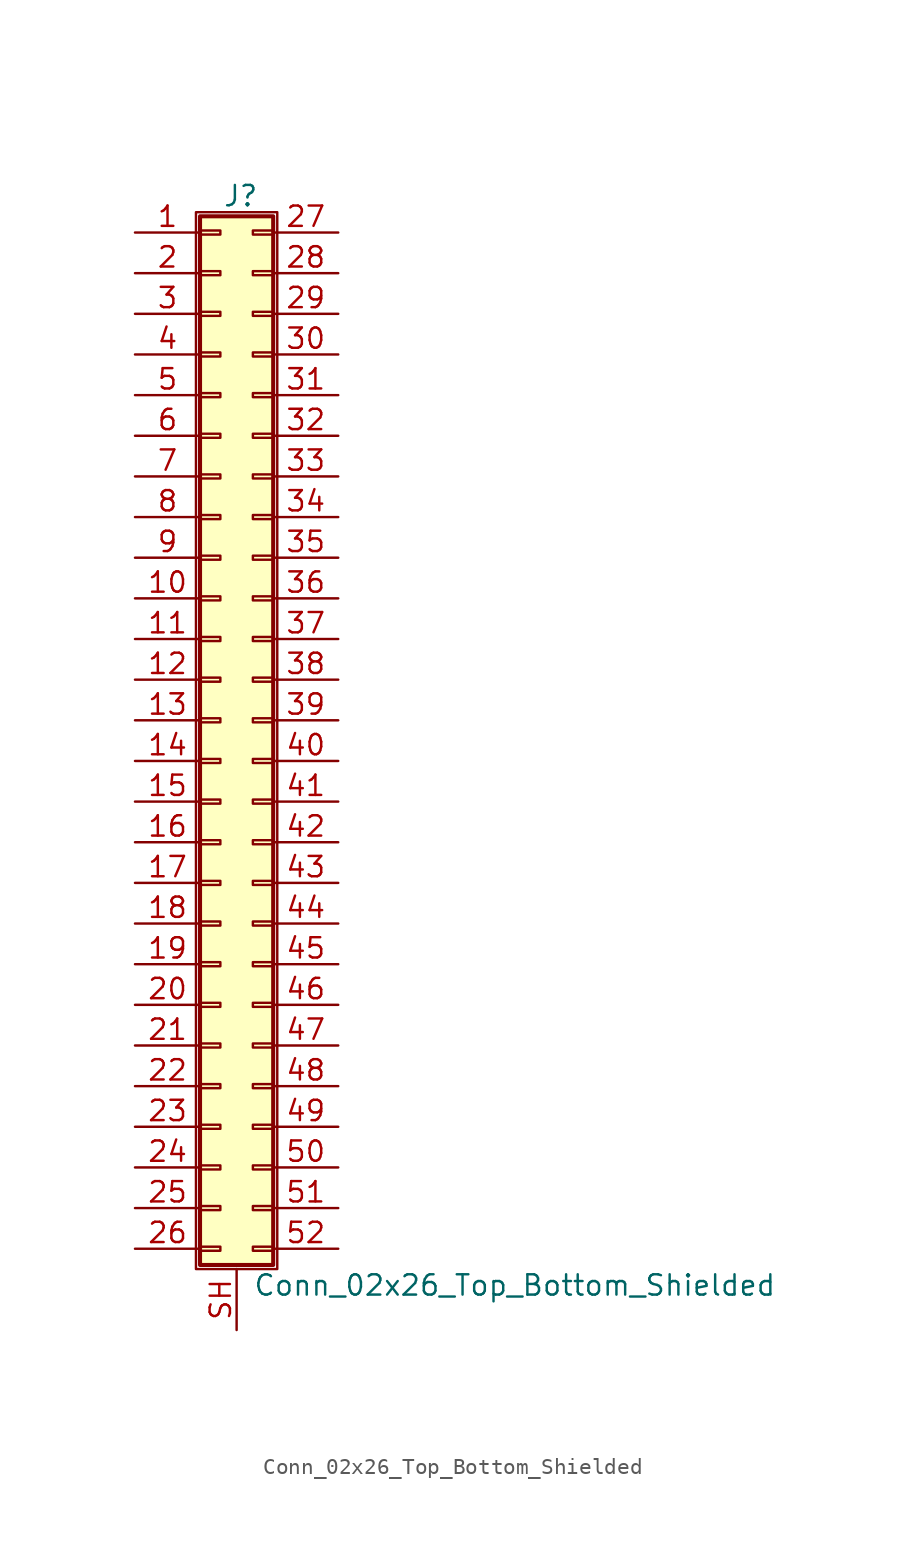
<source format=kicad_sym>
(kicad_symbol_lib
  (version 20211014)
  (generator kicad_symbol_editor)
  (symbol "Conn_02x26_Top_Bottom_Shielded"
    (pin_names
      (offset 1.016) hide)
    (property "Reference" "J"
      (at 1.524 32.766 0)
      (effects (font (size 1.27 1.27))))
    (property "Value" "Conn_02x26_Top_Bottom_Shielded"
      (at 2.286 -35.306 0)
      (effects (font (size 1.27 1.27)) (justify left)))
    (symbol "Conn_02x26_Top_Bottom_Shielded_1_1"
      (rectangle (start -1.27 31.75) (end 3.81 -34.29) (stroke (width 0.152) (type default) (color 0 0 0 0)) (fill (type none)))
      (rectangle (start -1.016 -32.893) (end 0.254 -33.147) (stroke (width 0.152) (type default) (color 0 0 0 0)) (fill (type none)))
      (rectangle (start -1.016 -30.353) (end 0.254 -30.607) (stroke (width 0.152) (type default) (color 0 0 0 0)) (fill (type none)))
      (rectangle (start -1.016 -27.813) (end 0.254 -28.067) (stroke (width 0.152) (type default) (color 0 0 0 0)) (fill (type none)))
      (rectangle (start -1.016 -25.273) (end 0.254 -25.527) (stroke (width 0.152) (type default) (color 0 0 0 0)) (fill (type none)))
      (rectangle (start -1.016 -22.733) (end 0.254 -22.987) (stroke (width 0.152) (type default) (color 0 0 0 0)) (fill (type none)))
      (rectangle (start -1.016 -20.193) (end 0.254 -20.447) (stroke (width 0.152) (type default) (color 0 0 0 0)) (fill (type none)))
      (rectangle (start -1.016 -17.653) (end 0.254 -17.907) (stroke (width 0.152) (type default) (color 0 0 0 0)) (fill (type none)))
      (rectangle (start -1.016 -15.113) (end 0.254 -15.367) (stroke (width 0.152) (type default) (color 0 0 0 0)) (fill (type none)))
      (rectangle (start -1.016 -12.573) (end 0.254 -12.827) (stroke (width 0.152) (type default) (color 0 0 0 0)) (fill (type none)))
      (rectangle (start -1.016 -10.033) (end 0.254 -10.287) (stroke (width 0.152) (type default) (color 0 0 0 0)) (fill (type none)))
      (rectangle (start -1.016 -7.493) (end 0.254 -7.747) (stroke (width 0.152) (type default) (color 0 0 0 0)) (fill (type none)))
      (rectangle (start -1.016 -4.953) (end 0.254 -5.207) (stroke (width 0.152) (type default) (color 0 0 0 0)) (fill (type none)))
      (rectangle (start -1.016 -2.413) (end 0.254 -2.667) (stroke (width 0.152) (type default) (color 0 0 0 0)) (fill (type none)))
      (rectangle (start -1.016 0.127) (end 0.254 -0.127) (stroke (width 0.152) (type default) (color 0 0 0 0)) (fill (type none)))
      (rectangle (start -1.016 2.667) (end 0.254 2.413) (stroke (width 0.152) (type default) (color 0 0 0 0)) (fill (type none)))
      (rectangle (start -1.016 5.207) (end 0.254 4.953) (stroke (width 0.152) (type default) (color 0 0 0 0)) (fill (type none)))
      (rectangle (start -1.016 7.747) (end 0.254 7.493) (stroke (width 0.152) (type default) (color 0 0 0 0)) (fill (type none)))
      (rectangle (start -1.016 10.287) (end 0.254 10.033) (stroke (width 0.152) (type default) (color 0 0 0 0)) (fill (type none)))
      (rectangle (start -1.016 12.827) (end 0.254 12.573) (stroke (width 0.152) (type default) (color 0 0 0 0)) (fill (type none)))
      (rectangle (start -1.016 15.367) (end 0.254 15.113) (stroke (width 0.152) (type default) (color 0 0 0 0)) (fill (type none)))
      (rectangle (start -1.016 17.907) (end 0.254 17.653) (stroke (width 0.152) (type default) (color 0 0 0 0)) (fill (type none)))
      (rectangle (start -1.016 20.447) (end 0.254 20.193) (stroke (width 0.152) (type default) (color 0 0 0 0)) (fill (type none)))
      (rectangle (start -1.016 22.987) (end 0.254 22.733) (stroke (width 0.152) (type default) (color 0 0 0 0)) (fill (type none)))
      (rectangle (start -1.016 25.527) (end 0.254 25.273) (stroke (width 0.152) (type default) (color 0 0 0 0)) (fill (type none)))
      (rectangle (start -1.016 28.067) (end 0.254 27.813) (stroke (width 0.152) (type default) (color 0 0 0 0)) (fill (type none)))
      (rectangle (start -1.016 30.607) (end 0.254 30.353) (stroke (width 0.152) (type default) (color 0 0 0 0)) (fill (type none)))
      (rectangle (start -1.016 31.496) (end 3.556 -34.036) (stroke (width 0.254) (type default) (color 0 0 0 0)) (fill (type background)))
      (rectangle (start 3.556 -32.893) (end 2.286 -33.147) (stroke (width 0.152) (type default) (color 0 0 0 0)) (fill (type none)))
      (rectangle (start 3.556 -30.353) (end 2.286 -30.607) (stroke (width 0.152) (type default) (color 0 0 0 0)) (fill (type none)))
      (rectangle (start 3.556 -27.813) (end 2.286 -28.067) (stroke (width 0.152) (type default) (color 0 0 0 0)) (fill (type none)))
      (rectangle (start 3.556 -25.273) (end 2.286 -25.527) (stroke (width 0.152) (type default) (color 0 0 0 0)) (fill (type none)))
      (rectangle (start 3.556 -22.733) (end 2.286 -22.987) (stroke (width 0.152) (type default) (color 0 0 0 0)) (fill (type none)))
      (rectangle (start 3.556 -20.193) (end 2.286 -20.447) (stroke (width 0.152) (type default) (color 0 0 0 0)) (fill (type none)))
      (rectangle (start 3.556 -17.653) (end 2.286 -17.907) (stroke (width 0.152) (type default) (color 0 0 0 0)) (fill (type none)))
      (rectangle (start 3.556 -15.113) (end 2.286 -15.367) (stroke (width 0.152) (type default) (color 0 0 0 0)) (fill (type none)))
      (rectangle (start 3.556 -12.573) (end 2.286 -12.827) (stroke (width 0.152) (type default) (color 0 0 0 0)) (fill (type none)))
      (rectangle (start 3.556 -10.033) (end 2.286 -10.287) (stroke (width 0.152) (type default) (color 0 0 0 0)) (fill (type none)))
      (rectangle (start 3.556 -7.493) (end 2.286 -7.747) (stroke (width 0.152) (type default) (color 0 0 0 0)) (fill (type none)))
      (rectangle (start 3.556 -4.953) (end 2.286 -5.207) (stroke (width 0.152) (type default) (color 0 0 0 0)) (fill (type none)))
      (rectangle (start 3.556 -2.413) (end 2.286 -2.667) (stroke (width 0.152) (type default) (color 0 0 0 0)) (fill (type none)))
      (rectangle (start 3.556 0.127) (end 2.286 -0.127) (stroke (width 0.152) (type default) (color 0 0 0 0)) (fill (type none)))
      (rectangle (start 3.556 2.667) (end 2.286 2.413) (stroke (width 0.152) (type default) (color 0 0 0 0)) (fill (type none)))
      (rectangle (start 3.556 5.207) (end 2.286 4.953) (stroke (width 0.152) (type default) (color 0 0 0 0)) (fill (type none)))
      (rectangle (start 3.556 7.747) (end 2.286 7.493) (stroke (width 0.152) (type default) (color 0 0 0 0)) (fill (type none)))
      (rectangle (start 3.556 10.287) (end 2.286 10.033) (stroke (width 0.152) (type default) (color 0 0 0 0)) (fill (type none)))
      (rectangle (start 3.556 12.827) (end 2.286 12.573) (stroke (width 0.152) (type default) (color 0 0 0 0)) (fill (type none)))
      (rectangle (start 3.556 15.367) (end 2.286 15.113) (stroke (width 0.152) (type default) (color 0 0 0 0)) (fill (type none)))
      (rectangle (start 3.556 17.907) (end 2.286 17.653) (stroke (width 0.152) (type default) (color 0 0 0 0)) (fill (type none)))
      (rectangle (start 3.556 20.447) (end 2.286 20.193) (stroke (width 0.152) (type default) (color 0 0 0 0)) (fill (type none)))
      (rectangle (start 3.556 22.987) (end 2.286 22.733) (stroke (width 0.152) (type default) (color 0 0 0 0)) (fill (type none)))
      (rectangle (start 3.556 25.527) (end 2.286 25.273) (stroke (width 0.152) (type default) (color 0 0 0 0)) (fill (type none)))
      (rectangle (start 3.556 28.067) (end 2.286 27.813) (stroke (width 0.152) (type default) (color 0 0 0 0)) (fill (type none)))
      (rectangle (start 3.556 30.607) (end 2.286 30.353) (stroke (width 0.152) (type default) (color 0 0 0 0)) (fill (type none)))
      (pin passive line (at -5.08 30.48 0) (length 4.064) (name "Pin_1" (effects (font (size 1.27 1.27)))) (number "1" (effects (font (size 1.27 1.27)))))
      (pin passive line (at -5.08 7.62 0) (length 4.064) (name "Pin_10" (effects (font (size 1.27 1.27)))) (number "10" (effects (font (size 1.27 1.27)))))
      (pin passive line (at -5.08 5.08 0) (length 4.064) (name "Pin_11" (effects (font (size 1.27 1.27)))) (number "11" (effects (font (size 1.27 1.27)))))
      (pin passive line (at -5.08 2.54 0) (length 4.064) (name "Pin_12" (effects (font (size 1.27 1.27)))) (number "12" (effects (font (size 1.27 1.27)))))
      (pin passive line (at -5.08 0 0) (length 4.064) (name "Pin_13" (effects (font (size 1.27 1.27)))) (number "13" (effects (font (size 1.27 1.27)))))
      (pin passive line (at -5.08 -2.54 0) (length 4.064) (name "Pin_14" (effects (font (size 1.27 1.27)))) (number "14" (effects (font (size 1.27 1.27)))))
      (pin passive line (at -5.08 -5.08 0) (length 4.064) (name "Pin_15" (effects (font (size 1.27 1.27)))) (number "15" (effects (font (size 1.27 1.27)))))
      (pin passive line (at -5.08 -7.62 0) (length 4.064) (name "Pin_16" (effects (font (size 1.27 1.27)))) (number "16" (effects (font (size 1.27 1.27)))))
      (pin passive line (at -5.08 -10.16 0) (length 4.064) (name "Pin_17" (effects (font (size 1.27 1.27)))) (number "17" (effects (font (size 1.27 1.27)))))
      (pin passive line (at -5.08 -12.7 0) (length 4.064) (name "Pin_18" (effects (font (size 1.27 1.27)))) (number "18" (effects (font (size 1.27 1.27)))))
      (pin passive line (at -5.08 -15.24 0) (length 4.064) (name "Pin_19" (effects (font (size 1.27 1.27)))) (number "19" (effects (font (size 1.27 1.27)))))
      (pin passive line (at -5.08 27.94 0) (length 4.064) (name "Pin_2" (effects (font (size 1.27 1.27)))) (number "2" (effects (font (size 1.27 1.27)))))
      (pin passive line (at -5.08 -17.78 0) (length 4.064) (name "Pin_20" (effects (font (size 1.27 1.27)))) (number "20" (effects (font (size 1.27 1.27)))))
      (pin passive line (at -5.08 -20.32 0) (length 4.064) (name "Pin_21" (effects (font (size 1.27 1.27)))) (number "21" (effects (font (size 1.27 1.27)))))
      (pin passive line (at -5.08 -22.86 0) (length 4.064) (name "Pin_22" (effects (font (size 1.27 1.27)))) (number "22" (effects (font (size 1.27 1.27)))))
      (pin passive line (at -5.08 -25.4 0) (length 4.064) (name "Pin_23" (effects (font (size 1.27 1.27)))) (number "23" (effects (font (size 1.27 1.27)))))
      (pin passive line (at -5.08 -27.94 0) (length 4.064) (name "Pin_24" (effects (font (size 1.27 1.27)))) (number "24" (effects (font (size 1.27 1.27)))))
      (pin passive line (at -5.08 -30.48 0) (length 4.064) (name "Pin_25" (effects (font (size 1.27 1.27)))) (number "25" (effects (font (size 1.27 1.27)))))
      (pin passive line (at -5.08 -33.02 0) (length 4.064) (name "Pin_26" (effects (font (size 1.27 1.27)))) (number "26" (effects (font (size 1.27 1.27)))))
      (pin passive line (at 7.62 30.48 180) (length 4.064) (name "Pin_27" (effects (font (size 1.27 1.27)))) (number "27" (effects (font (size 1.27 1.27)))))
      (pin passive line (at 7.62 27.94 180) (length 4.064) (name "Pin_28" (effects (font (size 1.27 1.27)))) (number "28" (effects (font (size 1.27 1.27)))))
      (pin passive line (at 7.62 25.4 180) (length 4.064) (name "Pin_29" (effects (font (size 1.27 1.27)))) (number "29" (effects (font (size 1.27 1.27)))))
      (pin passive line (at -5.08 25.4 0) (length 4.064) (name "Pin_3" (effects (font (size 1.27 1.27)))) (number "3" (effects (font (size 1.27 1.27)))))
      (pin passive line (at 7.62 22.86 180) (length 4.064) (name "Pin_30" (effects (font (size 1.27 1.27)))) (number "30" (effects (font (size 1.27 1.27)))))
      (pin passive line (at 7.62 20.32 180) (length 4.064) (name "Pin_31" (effects (font (size 1.27 1.27)))) (number "31" (effects (font (size 1.27 1.27)))))
      (pin passive line (at 7.62 17.78 180) (length 4.064) (name "Pin_32" (effects (font (size 1.27 1.27)))) (number "32" (effects (font (size 1.27 1.27)))))
      (pin passive line (at 7.62 15.24 180) (length 4.064) (name "Pin_33" (effects (font (size 1.27 1.27)))) (number "33" (effects (font (size 1.27 1.27)))))
      (pin passive line (at 7.62 12.7 180) (length 4.064) (name "Pin_34" (effects (font (size 1.27 1.27)))) (number "34" (effects (font (size 1.27 1.27)))))
      (pin passive line (at 7.62 10.16 180) (length 4.064) (name "Pin_35" (effects (font (size 1.27 1.27)))) (number "35" (effects (font (size 1.27 1.27)))))
      (pin passive line (at 7.62 7.62 180) (length 4.064) (name "Pin_36" (effects (font (size 1.27 1.27)))) (number "36" (effects (font (size 1.27 1.27)))))
      (pin passive line (at 7.62 5.08 180) (length 4.064) (name "Pin_37" (effects (font (size 1.27 1.27)))) (number "37" (effects (font (size 1.27 1.27)))))
      (pin passive line (at 7.62 2.54 180) (length 4.064) (name "Pin_38" (effects (font (size 1.27 1.27)))) (number "38" (effects (font (size 1.27 1.27)))))
      (pin passive line (at 7.62 0 180) (length 4.064) (name "Pin_39" (effects (font (size 1.27 1.27)))) (number "39" (effects (font (size 1.27 1.27)))))
      (pin passive line (at -5.08 22.86 0) (length 4.064) (name "Pin_4" (effects (font (size 1.27 1.27)))) (number "4" (effects (font (size 1.27 1.27)))))
      (pin passive line (at 7.62 -2.54 180) (length 4.064) (name "Pin_40" (effects (font (size 1.27 1.27)))) (number "40" (effects (font (size 1.27 1.27)))))
      (pin passive line (at 7.62 -5.08 180) (length 4.064) (name "Pin_41" (effects (font (size 1.27 1.27)))) (number "41" (effects (font (size 1.27 1.27)))))
      (pin passive line (at 7.62 -7.62 180) (length 4.064) (name "Pin_42" (effects (font (size 1.27 1.27)))) (number "42" (effects (font (size 1.27 1.27)))))
      (pin passive line (at 7.62 -10.16 180) (length 4.064) (name "Pin_43" (effects (font (size 1.27 1.27)))) (number "43" (effects (font (size 1.27 1.27)))))
      (pin passive line (at 7.62 -12.7 180) (length 4.064) (name "Pin_44" (effects (font (size 1.27 1.27)))) (number "44" (effects (font (size 1.27 1.27)))))
      (pin passive line (at 7.62 -15.24 180) (length 4.064) (name "Pin_45" (effects (font (size 1.27 1.27)))) (number "45" (effects (font (size 1.27 1.27)))))
      (pin passive line (at 7.62 -17.78 180) (length 4.064) (name "Pin_46" (effects (font (size 1.27 1.27)))) (number "46" (effects (font (size 1.27 1.27)))))
      (pin passive line (at 7.62 -20.32 180) (length 4.064) (name "Pin_47" (effects (font (size 1.27 1.27)))) (number "47" (effects (font (size 1.27 1.27)))))
      (pin passive line (at 7.62 -22.86 180) (length 4.064) (name "Pin_48" (effects (font (size 1.27 1.27)))) (number "48" (effects (font (size 1.27 1.27)))))
      (pin passive line (at 7.62 -25.4 180) (length 4.064) (name "Pin_49" (effects (font (size 1.27 1.27)))) (number "49" (effects (font (size 1.27 1.27)))))
      (pin passive line (at -5.08 20.32 0) (length 4.064) (name "Pin_5" (effects (font (size 1.27 1.27)))) (number "5" (effects (font (size 1.27 1.27)))))
      (pin passive line (at 7.62 -27.94 180) (length 4.064) (name "Pin_50" (effects (font (size 1.27 1.27)))) (number "50" (effects (font (size 1.27 1.27)))))
      (pin passive line (at 7.62 -30.48 180) (length 4.064) (name "Pin_51" (effects (font (size 1.27 1.27)))) (number "51" (effects (font (size 1.27 1.27)))))
      (pin passive line (at 7.62 -33.02 180) (length 4.064) (name "Pin_52" (effects (font (size 1.27 1.27)))) (number "52" (effects (font (size 1.27 1.27)))))
      (pin passive line (at -5.08 17.78 0) (length 4.064) (name "Pin_6" (effects (font (size 1.27 1.27)))) (number "6" (effects (font (size 1.27 1.27)))))
      (pin passive line (at -5.08 15.24 0) (length 4.064) (name "Pin_7" (effects (font (size 1.27 1.27)))) (number "7" (effects (font (size 1.27 1.27)))))
      (pin passive line (at -5.08 12.7 0) (length 4.064) (name "Pin_8" (effects (font (size 1.27 1.27)))) (number "8" (effects (font (size 1.27 1.27)))))
      (pin passive line (at -5.08 10.16 0) (length 4.064) (name "Pin_9" (effects (font (size 1.27 1.27)))) (number "9" (effects (font (size 1.27 1.27)))))
      (pin passive line (at 1.27 -38.1 90) (length 3.81) (name "Shield" (effects (font (size 1.27 1.27)))) (number "SH" (effects (font (size 1.27 1.27))))))))
</source>
